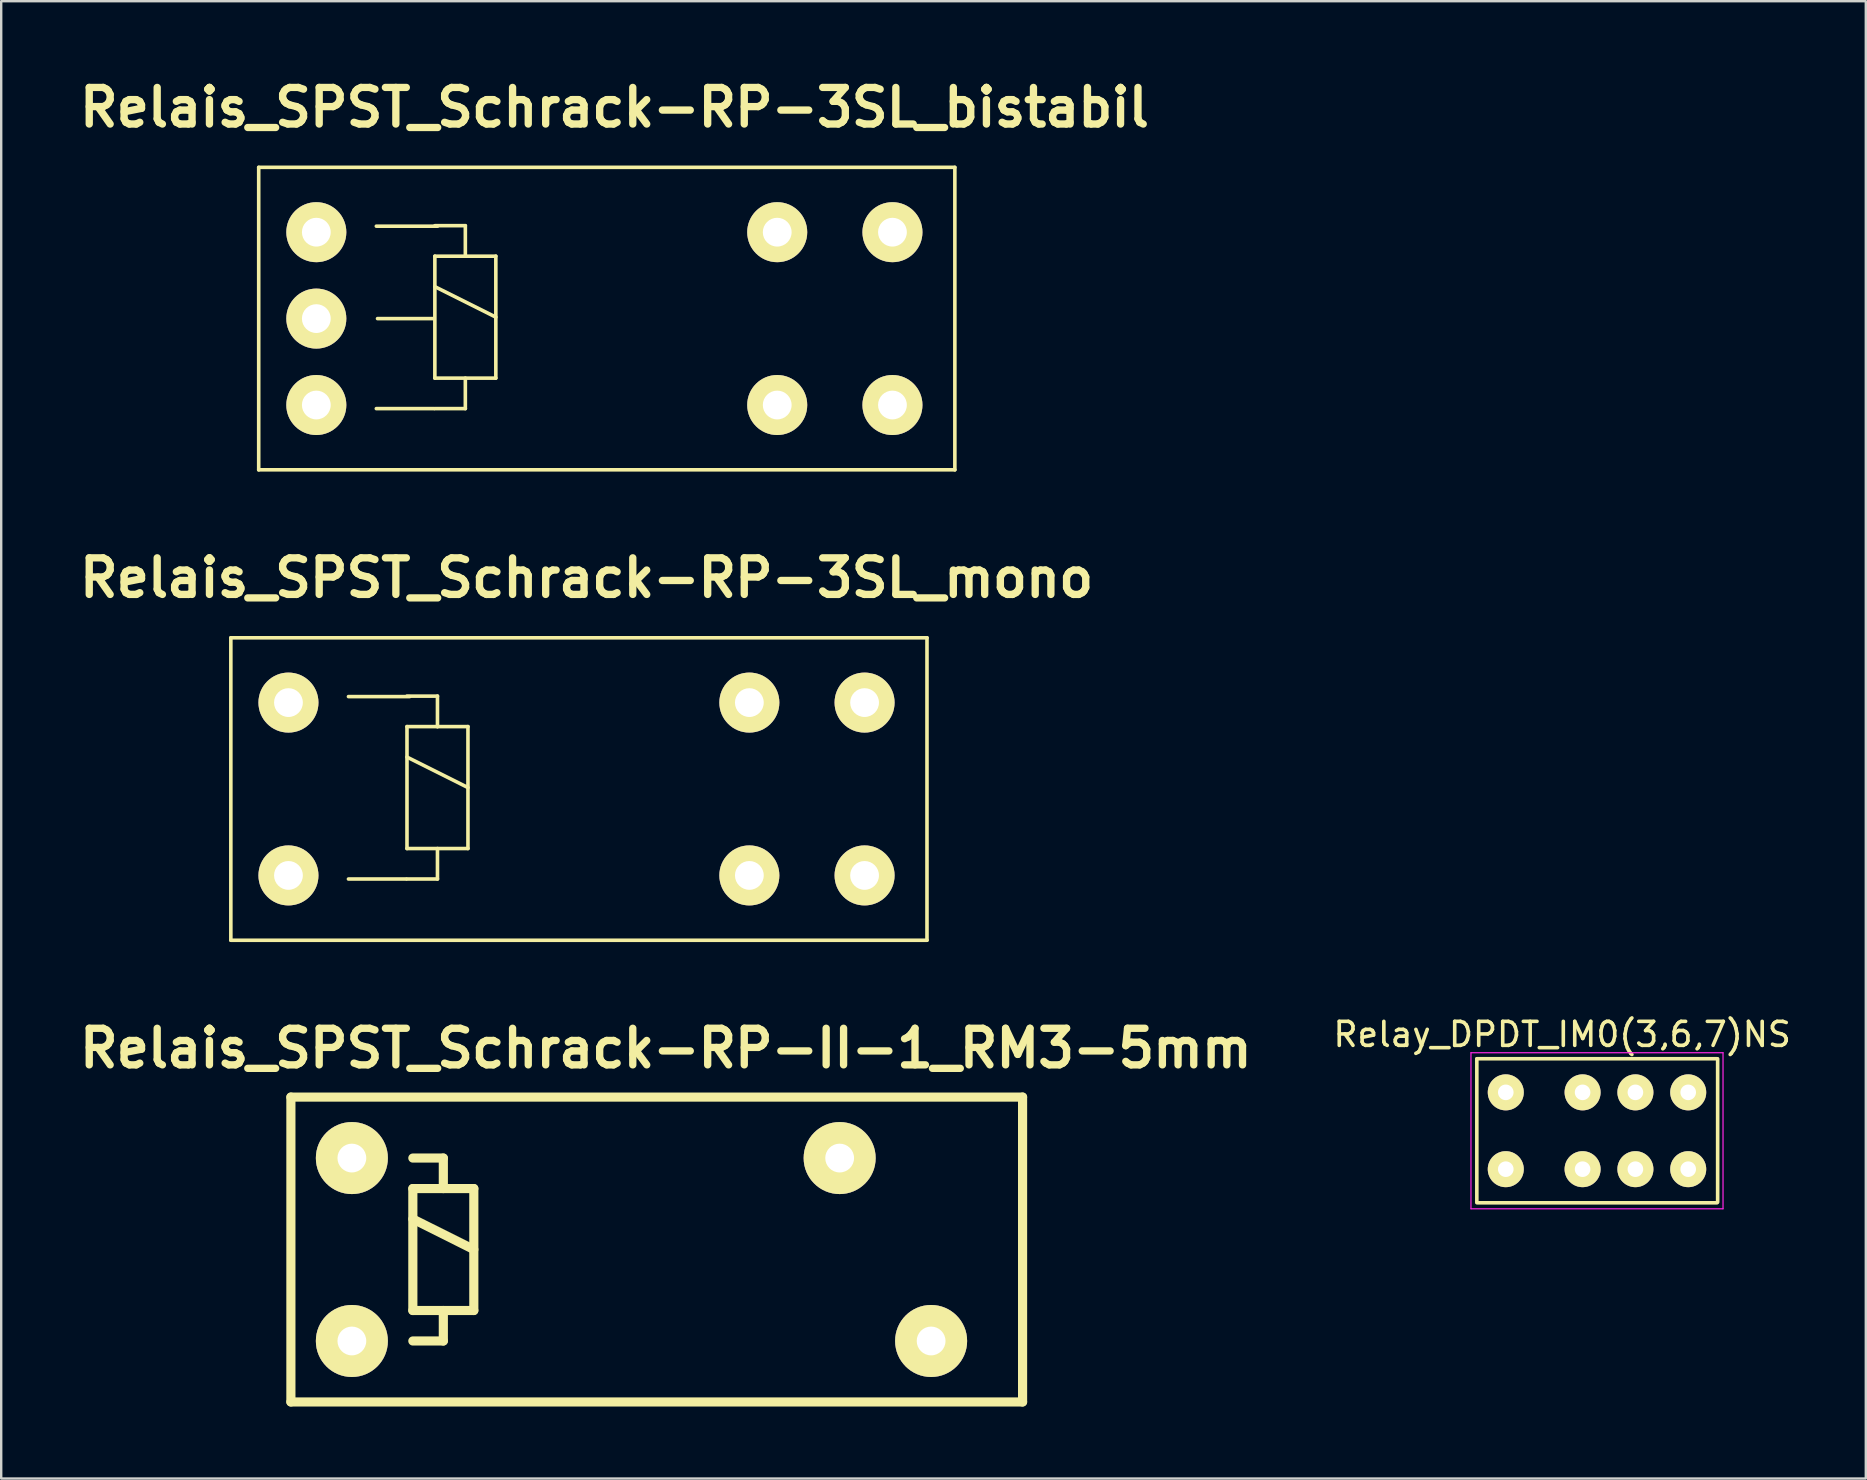
<source format=kicad_pcb>
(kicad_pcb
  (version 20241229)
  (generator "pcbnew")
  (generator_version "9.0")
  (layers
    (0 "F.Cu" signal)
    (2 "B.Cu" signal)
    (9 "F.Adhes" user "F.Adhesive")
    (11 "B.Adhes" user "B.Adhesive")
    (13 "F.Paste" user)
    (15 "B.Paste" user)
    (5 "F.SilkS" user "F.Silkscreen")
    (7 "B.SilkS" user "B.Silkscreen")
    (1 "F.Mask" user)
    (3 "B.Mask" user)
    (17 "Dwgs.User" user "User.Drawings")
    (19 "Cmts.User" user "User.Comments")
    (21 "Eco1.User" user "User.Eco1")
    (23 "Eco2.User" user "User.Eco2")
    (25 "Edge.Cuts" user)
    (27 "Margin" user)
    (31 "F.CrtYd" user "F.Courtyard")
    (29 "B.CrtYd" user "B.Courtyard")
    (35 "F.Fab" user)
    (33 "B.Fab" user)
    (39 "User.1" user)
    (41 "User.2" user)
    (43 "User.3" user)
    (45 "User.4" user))
  (footprint "Relais_SPST_Schrack-RP-II-1_RM3-5mm"
    (layer "F.Cu")
    (at 11.608 52.812)
    (property "Reference" "Relais_SPST_Schrack-RP-II-1_RM3-5mm" (at 13.081 -12.192 0) (layer "F.SilkS") (effects (font (size 1.524 1.524) (thickness 0.305))))
    (attr through_hole)
    (fp_line (start -2.54 -10.16) (end 27.94 -10.16) (stroke (width 0.381) (type solid)) (layer "F.SilkS"))
    (fp_line (start -2.54 2.54) (end -2.54 -10.16) (stroke (width 0.381) (type solid)) (layer "F.SilkS"))
    (fp_line (start 2.54 -7.62) (end 3.81 -7.62) (stroke (width 0.381) (type solid)) (layer "F.SilkS"))
    (fp_line (start 2.54 -6.35) (end 3.81 -6.35) (stroke (width 0.381) (type solid)) (layer "F.SilkS"))
    (fp_line (start 2.54 -5.08) (end 5.08 -3.81) (stroke (width 0.381) (type solid)) (layer "F.SilkS"))
    (fp_line (start 2.54 -1.27) (end 2.54 -6.35) (stroke (width 0.381) (type solid)) (layer "F.SilkS"))
    (fp_line (start 3.81 -7.62) (end 3.81 -6.35) (stroke (width 0.381) (type solid)) (layer "F.SilkS"))
    (fp_line (start 3.81 -6.35) (end 5.08 -6.35) (stroke (width 0.381) (type solid)) (layer "F.SilkS"))
    (fp_line (start 3.81 -1.27) (end 3.81 0) (stroke (width 0.381) (type solid)) (layer "F.SilkS"))
    (fp_line (start 3.81 0) (end 2.54 0) (stroke (width 0.381) (type solid)) (layer "F.SilkS"))
    (fp_line (start 5.08 -6.35) (end 5.08 -1.27) (stroke (width 0.381) (type solid)) (layer "F.SilkS"))
    (fp_line (start 5.08 -1.27) (end 2.54 -1.27) (stroke (width 0.381) (type solid)) (layer "F.SilkS"))
    (fp_line (start 27.94 -10.16) (end 27.94 2.54) (stroke (width 0.381) (type solid)) (layer "F.SilkS"))
    (fp_line (start 27.94 2.54) (end -2.54 2.54) (stroke (width 0.381) (type solid)) (layer "F.SilkS"))
    (pad "13" thru_hole circle (at 20.32 -7.62) (size 3 3) (drill 1.199) (layers "*.Cu" "*.Mask" "F.SilkS"))
    (pad "14" thru_hole circle (at 24.13 0) (size 3 3) (drill 1.199) (layers "*.Cu" "*.Mask" "F.SilkS"))
    (pad "A1" thru_hole circle (at 0 -7.62) (size 3 3) (drill 1.199) (layers "*.Cu" "*.Mask" "F.SilkS"))
    (pad "A2" thru_hole circle (at 0 0) (size 3 3) (drill 1.199) (layers "*.Cu" "*.Mask" "F.SilkS")))
  (footprint "Relay_DPDT_IM0(3,6,7)NS"
    (layer "F.Cu")
    (at 59.677 42.455)
    (property "Reference" "Relay_DPDT_IM0(3,6,7)NS" (at 2.349 -2.413 0) (layer "F.SilkS") (effects (font (size 1 1) (thickness 0.15))))
    (attr through_hole)
    (fp_line (start -1.206 -1.397) (end -1.206 4.572) (stroke (width 0.15) (type solid)) (layer "F.SilkS"))
    (fp_line (start -1.2 -1.4) (end 8.8 -1.4) (stroke (width 0.15) (type solid)) (layer "F.SilkS"))
    (fp_line (start -1.2 4.6) (end 8.8 4.6) (stroke (width 0.15) (type solid)) (layer "F.SilkS"))
    (fp_line (start 8.826 -1.397) (end 8.826 4.572) (stroke (width 0.15) (type solid)) (layer "F.SilkS"))
    (fp_line (start -1.45 -1.65) (end 9.05 -1.65) (stroke (width 0.05) (type solid)) (layer "F.CrtYd"))
    (fp_line (start -1.45 4.85) (end -1.45 -1.65) (stroke (width 0.05) (type solid)) (layer "F.CrtYd"))
    (fp_line (start 9.05 -1.65) (end 9.05 4.85) (stroke (width 0.05) (type solid)) (layer "F.CrtYd"))
    (fp_line (start 9.05 4.85) (end -1.45 4.85) (stroke (width 0.05) (type solid)) (layer "F.CrtYd"))
    (pad "1" thru_hole circle (at 0 0) (size 1.5 1.5) (drill 0.65) (layers "*.Cu" "*.Mask" "F.SilkS"))
    (pad "2" thru_hole circle (at 3.2 0) (size 1.5 1.5) (drill 0.65) (layers "*.Cu" "*.Mask" "F.SilkS"))
    (pad "3" thru_hole circle (at 5.4 0) (size 1.5 1.5) (drill 0.65) (layers "*.Cu" "*.Mask" "F.SilkS"))
    (pad "4" thru_hole circle (at 7.6 0) (size 1.5 1.5) (drill 0.65) (layers "*.Cu" "*.Mask" "F.SilkS"))
    (pad "5" thru_hole circle (at 7.6 3.2) (size 1.5 1.5) (drill 0.65) (layers "*.Cu" "*.Mask" "F.SilkS"))
    (pad "6" thru_hole circle (at 5.4 3.2) (size 1.5 1.5) (drill 0.65) (layers "*.Cu" "*.Mask" "F.SilkS"))
    (pad "7" thru_hole circle (at 3.2 3.2) (size 1.5 1.5) (drill 0.65) (layers "*.Cu" "*.Mask" "F.SilkS"))
    (pad "8" thru_hole circle (at 0 3.2) (size 1.5 1.5) (drill 0.65) (layers "*.Cu" "*.Mask" "F.SilkS")))
  (footprint "Relais_SPST_Schrack-RP-3SL_bistabil"
    (layer "F.Cu")
    (at 10.127 13.822)
    (property "Reference" "Relais_SPST_Schrack-RP-3SL_bistabil" (at 12.421 -12.395 0) (layer "F.SilkS") (effects (font (size 1.524 1.524) (thickness 0.305))))
    (attr through_hole)
    (fp_line (start -2.4 -9.9) (end -2.4 2.7) (stroke (width 0.15) (type solid)) (layer "F.SilkS"))
    (fp_line (start -2.4 2.7) (end 26.6 2.7) (stroke (width 0.15) (type solid)) (layer "F.SilkS"))
    (fp_line (start 4.9 -3.6) (end 2.55 -3.6) (stroke (width 0.15) (type solid)) (layer "F.SilkS"))
    (fp_line (start 4.9 0.15) (end 2.5 0.15) (stroke (width 0.15) (type solid)) (layer "F.SilkS"))
    (fp_line (start 4.938 -7.47) (end 6.208 -7.47) (stroke (width 0.15) (type solid)) (layer "F.SilkS"))
    (fp_line (start 4.938 -6.2) (end 6.208 -6.2) (stroke (width 0.15) (type solid)) (layer "F.SilkS"))
    (fp_line (start 4.938 -4.93) (end 7.478 -3.66) (stroke (width 0.15) (type solid)) (layer "F.SilkS"))
    (fp_line (start 4.938 -1.12) (end 4.938 -6.2) (stroke (width 0.15) (type solid)) (layer "F.SilkS"))
    (fp_line (start 5.05 -7.45) (end 2.5 -7.45) (stroke (width 0.15) (type solid)) (layer "F.SilkS"))
    (fp_line (start 6.208 -7.47) (end 6.208 -6.2) (stroke (width 0.15) (type solid)) (layer "F.SilkS"))
    (fp_line (start 6.208 -6.2) (end 7.478 -6.2) (stroke (width 0.15) (type solid)) (layer "F.SilkS"))
    (fp_line (start 6.208 -1.12) (end 6.208 0.15) (stroke (width 0.15) (type solid)) (layer "F.SilkS"))
    (fp_line (start 6.208 0.15) (end 4.938 0.15) (stroke (width 0.15) (type solid)) (layer "F.SilkS"))
    (fp_line (start 7.478 -6.2) (end 7.478 -1.12) (stroke (width 0.15) (type solid)) (layer "F.SilkS"))
    (fp_line (start 7.478 -1.12) (end 4.938 -1.12) (stroke (width 0.15) (type solid)) (layer "F.SilkS"))
    (fp_line (start 26.6 -9.9) (end -2.4 -9.9) (stroke (width 0.15) (type solid)) (layer "F.SilkS"))
    (fp_line (start 26.6 2.7) (end 26.6 -9.9) (stroke (width 0.15) (type solid)) (layer "F.SilkS"))
    (pad "11" thru_hole circle (at 19.2 -7.2) (size 2.5 2.5) (drill 1.199) (layers "*.Cu" "*.Mask" "F.SilkS"))
    (pad "11" thru_hole circle (at 19.2 0) (size 2.5 2.5) (drill 1.199) (layers "*.Cu" "*.Mask" "F.SilkS"))
    (pad "14" thru_hole circle (at 24 -7.2) (size 2.5 2.5) (drill 1.199) (layers "*.Cu" "*.Mask" "F.SilkS"))
    (pad "14" thru_hole circle (at 24 0) (size 2.5 2.5) (drill 1.199) (layers "*.Cu" "*.Mask" "F.SilkS"))
    (pad "A1" thru_hole circle (at 0 0) (size 2.5 2.5) (drill 1.199) (layers "*.Cu" "*.Mask" "F.SilkS"))
    (pad "A2" thru_hole circle (at 0 -7.2) (size 2.5 2.5) (drill 1.199) (layers "*.Cu" "*.Mask" "F.SilkS"))
    (pad "A3" thru_hole circle (at 0 -3.6) (size 2.5 2.5) (drill 1.199) (layers "*.Cu" "*.Mask" "F.SilkS")))
  (footprint "Relais_SPST_Schrack-RP-3SL_mono"
    (layer "F.Cu")
    (at 8.966 33.418)
    (property "Reference" "Relais_SPST_Schrack-RP-3SL_mono" (at 12.421 -12.395 0) (layer "F.SilkS") (effects (font (size 1.524 1.524) (thickness 0.305))))
    (attr through_hole)
    (fp_line (start -2.4 -9.9) (end -2.4 2.7) (stroke (width 0.15) (type solid)) (layer "F.SilkS"))
    (fp_line (start -2.4 2.7) (end 26.6 2.7) (stroke (width 0.15) (type solid)) (layer "F.SilkS"))
    (fp_line (start 4.9 0.15) (end 2.5 0.15) (stroke (width 0.15) (type solid)) (layer "F.SilkS"))
    (fp_line (start 4.938 -7.47) (end 6.208 -7.47) (stroke (width 0.15) (type solid)) (layer "F.SilkS"))
    (fp_line (start 4.938 -6.2) (end 6.208 -6.2) (stroke (width 0.15) (type solid)) (layer "F.SilkS"))
    (fp_line (start 4.938 -4.93) (end 7.478 -3.66) (stroke (width 0.15) (type solid)) (layer "F.SilkS"))
    (fp_line (start 4.938 -1.12) (end 4.938 -6.2) (stroke (width 0.15) (type solid)) (layer "F.SilkS"))
    (fp_line (start 5.05 -7.45) (end 2.5 -7.45) (stroke (width 0.15) (type solid)) (layer "F.SilkS"))
    (fp_line (start 6.208 -7.47) (end 6.208 -6.2) (stroke (width 0.15) (type solid)) (layer "F.SilkS"))
    (fp_line (start 6.208 -6.2) (end 7.478 -6.2) (stroke (width 0.15) (type solid)) (layer "F.SilkS"))
    (fp_line (start 6.208 -1.12) (end 6.208 0.15) (stroke (width 0.15) (type solid)) (layer "F.SilkS"))
    (fp_line (start 6.208 0.15) (end 4.938 0.15) (stroke (width 0.15) (type solid)) (layer "F.SilkS"))
    (fp_line (start 7.478 -6.2) (end 7.478 -1.12) (stroke (width 0.15) (type solid)) (layer "F.SilkS"))
    (fp_line (start 7.478 -1.12) (end 4.938 -1.12) (stroke (width 0.15) (type solid)) (layer "F.SilkS"))
    (fp_line (start 26.6 -9.9) (end -2.4 -9.9) (stroke (width 0.15) (type solid)) (layer "F.SilkS"))
    (fp_line (start 26.6 2.7) (end 26.6 -9.9) (stroke (width 0.15) (type solid)) (layer "F.SilkS"))
    (pad "11" thru_hole circle (at 19.2 -7.2) (size 2.5 2.5) (drill 1.199) (layers "*.Cu" "*.Mask" "F.SilkS"))
    (pad "11" thru_hole circle (at 19.2 0) (size 2.5 2.5) (drill 1.199) (layers "*.Cu" "*.Mask" "F.SilkS"))
    (pad "14" thru_hole circle (at 24 -7.2) (size 2.5 2.5) (drill 1.199) (layers "*.Cu" "*.Mask" "F.SilkS"))
    (pad "14" thru_hole circle (at 24 0) (size 2.5 2.5) (drill 1.199) (layers "*.Cu" "*.Mask" "F.SilkS"))
    (pad "A1" thru_hole circle (at 0 0) (size 2.5 2.5) (drill 1.199) (layers "*.Cu" "*.Mask" "F.SilkS"))
    (pad "A2" thru_hole circle (at 0 -7.2) (size 2.5 2.5) (drill 1.199) (layers "*.Cu" "*.Mask" "F.SilkS")))
  (gr_rect
    (start -3 -3)
    (end 74.675 58.542)
    (stroke (width 0.1) (type default))
    (fill no)
    (layer "Edge.Cuts")))
</source>
